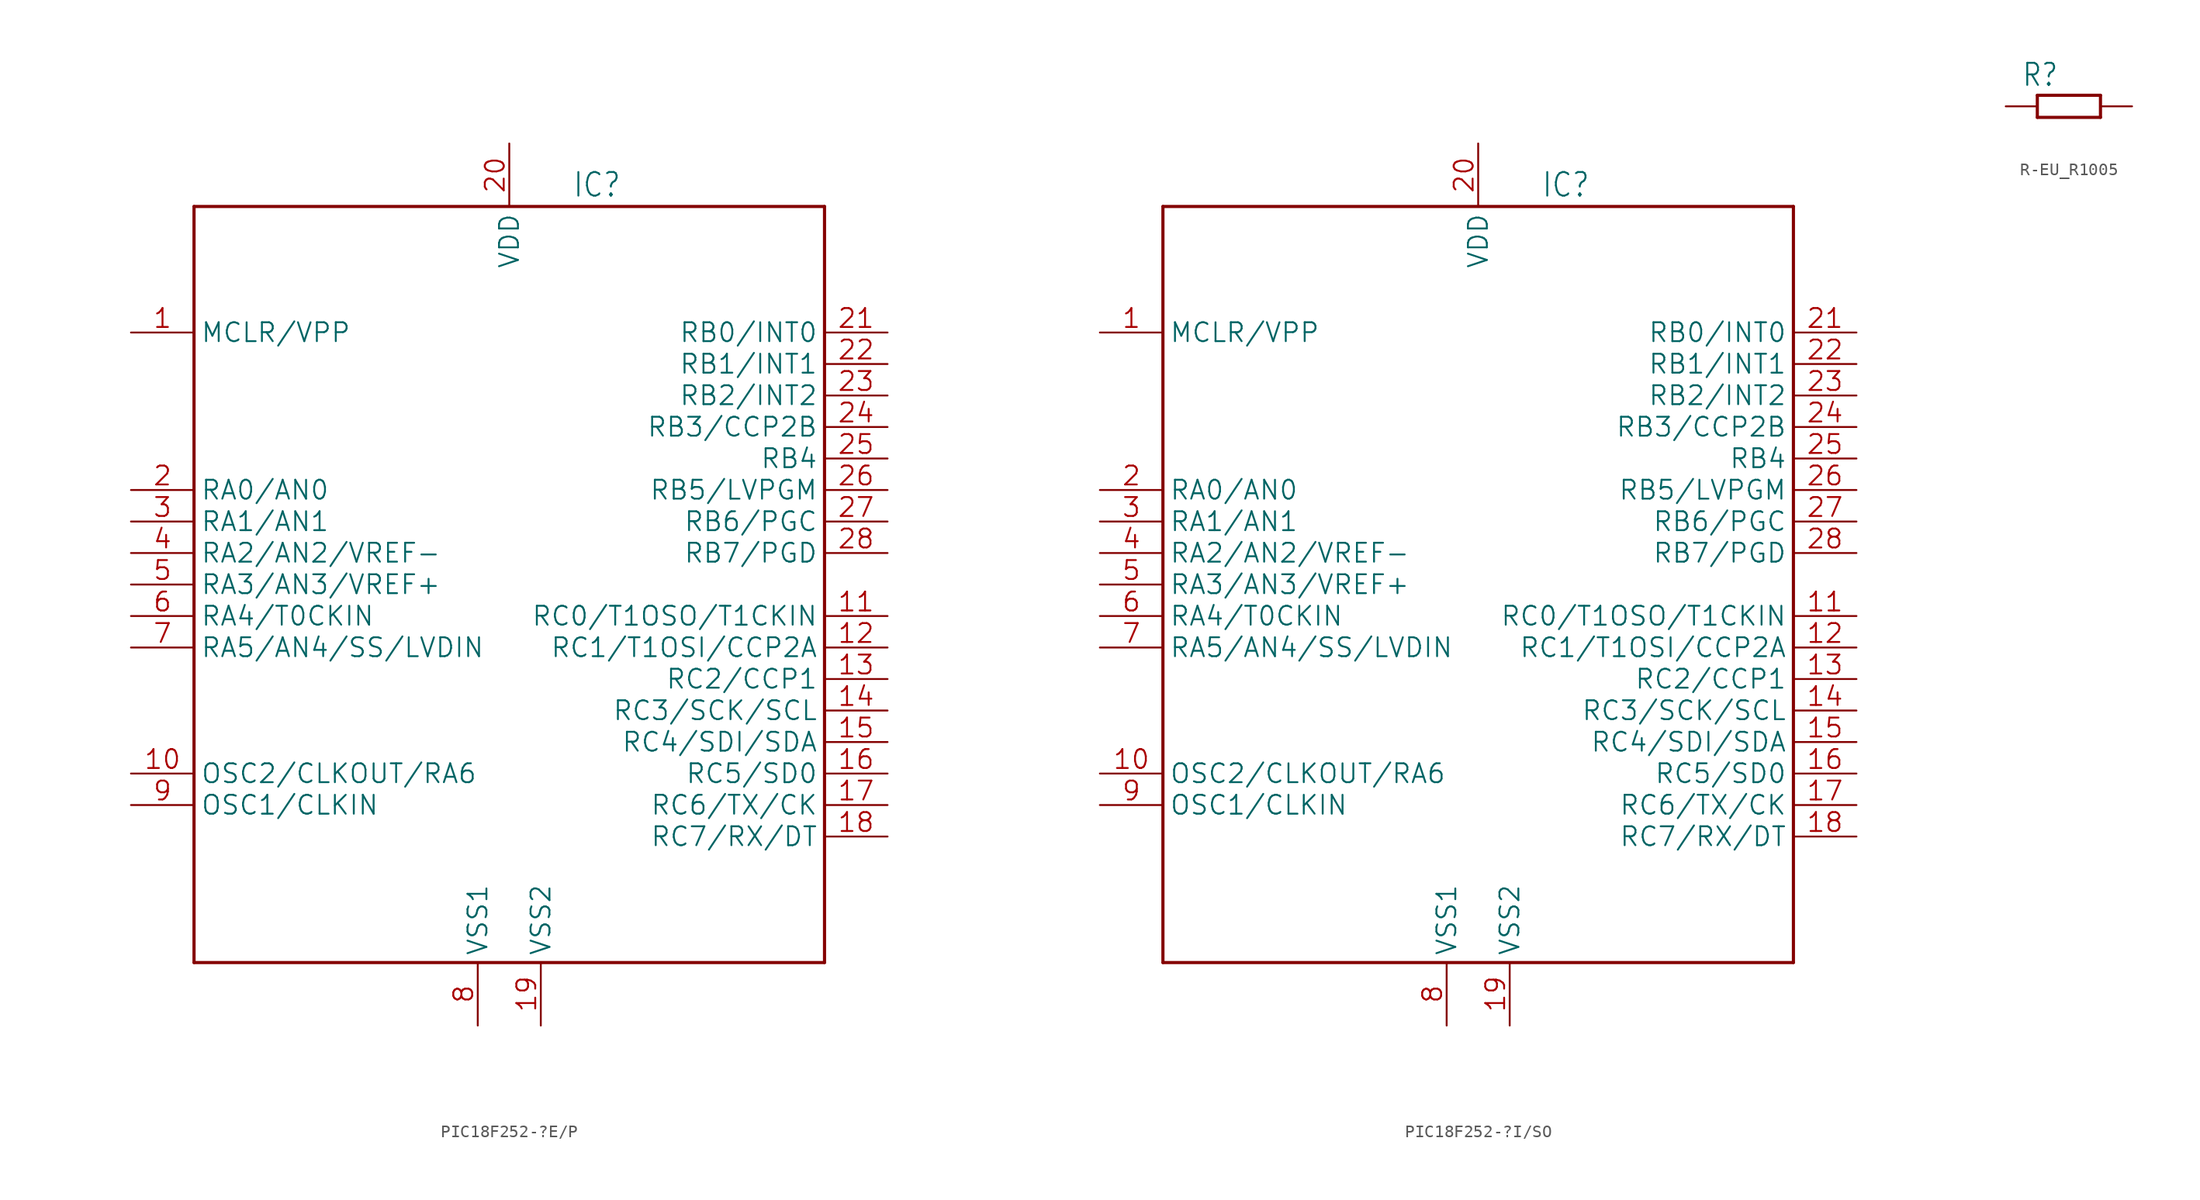
<source format=kicad_sym>
(kicad_symbol_lib
  (version 20241209)
  (generator "kicad_symbol_editor")
  (generator_version "9.0")
  (symbol "PIC18F252-?E/P"
    (property "Reference" "IC"
      (at 5.08 31.115 0)
      (effects (font (size 1.905 1.619)) (justify left bottom)))
    (property "Value" ""
      (at -24.765 27.94 0)
      (effects (font (size 1.905 1.619)) (justify left bottom)))
    (property "ki_locked" ""
      (at 0 0 0)
      (effects (font (size 1.27 1.27))))
    (symbol "PIC18F252-?E/P_1_0"
      (polyline (pts (xy -25.4 30.48) (xy 25.4 30.48)) (stroke (width 0.254) (type solid)) (fill (type none)))
      (polyline (pts (xy -25.4 -30.48) (xy -25.4 30.48)) (stroke (width 0.254) (type solid)) (fill (type none)))
      (polyline (pts (xy 25.4 30.48) (xy 25.4 -30.48)) (stroke (width 0.254) (type solid)) (fill (type none)))
      (polyline (pts (xy 25.4 -30.48) (xy -25.4 -30.48)) (stroke (width 0.254) (type solid)) (fill (type none)))
      (pin input line (at -30.48 20.32 0) (length 5.08) (name "MCLR/VPP" (effects (font (size 1.524 1.524)))) (number "1" (effects (font (size 1.524 1.524)))))
      (pin bidirectional line (at -30.48 7.62 0) (length 5.08) (name "RA0/AN0" (effects (font (size 1.524 1.524)))) (number "2" (effects (font (size 1.524 1.524)))))
      (pin bidirectional line (at -30.48 5.08 0) (length 5.08) (name "RA1/AN1" (effects (font (size 1.524 1.524)))) (number "3" (effects (font (size 1.524 1.524)))))
      (pin bidirectional line (at -30.48 2.54 0) (length 5.08) (name "RA2/AN2/VREF-" (effects (font (size 1.524 1.524)))) (number "4" (effects (font (size 1.524 1.524)))))
      (pin bidirectional line (at -30.48 0 0) (length 5.08) (name "RA3/AN3/VREF+" (effects (font (size 1.524 1.524)))) (number "5" (effects (font (size 1.524 1.524)))))
      (pin open_collector line (at -30.48 -2.54 0) (length 5.08) (name "RA4/T0CKIN" (effects (font (size 1.524 1.524)))) (number "6" (effects (font (size 1.524 1.524)))))
      (pin bidirectional line (at -30.48 -5.08 0) (length 5.08) (name "RA5/AN4/SS/LVDIN" (effects (font (size 1.524 1.524)))) (number "7" (effects (font (size 1.524 1.524)))))
      (pin output line (at -30.48 -15.24 0) (length 5.08) (name "OSC2/CLKOUT/RA6" (effects (font (size 1.524 1.524)))) (number "10" (effects (font (size 1.524 1.524)))))
      (pin input line (at -30.48 -17.78 0) (length 5.08) (name "OSC1/CLKIN" (effects (font (size 1.524 1.524)))) (number "9" (effects (font (size 1.524 1.524)))))
      (pin power_in line (at -2.54 -35.56 90) (length 5.08) (name "VSS1" (effects (font (size 1.524 1.524)))) (number "8" (effects (font (size 1.524 1.524)))))
      (pin power_in line (at 0 35.56 270) (length 5.08) (name "VDD" (effects (font (size 1.524 1.524)))) (number "20" (effects (font (size 1.524 1.524)))))
      (pin power_in line (at 2.54 -35.56 90) (length 5.08) (name "VSS2" (effects (font (size 1.524 1.524)))) (number "19" (effects (font (size 1.524 1.524)))))
      (pin bidirectional line (at 30.48 20.32 180) (length 5.08) (name "RB0/INT0" (effects (font (size 1.524 1.524)))) (number "21" (effects (font (size 1.524 1.524)))))
      (pin bidirectional line (at 30.48 17.78 180) (length 5.08) (name "RB1/INT1" (effects (font (size 1.524 1.524)))) (number "22" (effects (font (size 1.524 1.524)))))
      (pin bidirectional line (at 30.48 15.24 180) (length 5.08) (name "RB2/INT2" (effects (font (size 1.524 1.524)))) (number "23" (effects (font (size 1.524 1.524)))))
      (pin bidirectional line (at 30.48 12.7 180) (length 5.08) (name "RB3/CCP2B" (effects (font (size 1.524 1.524)))) (number "24" (effects (font (size 1.524 1.524)))))
      (pin bidirectional line (at 30.48 10.16 180) (length 5.08) (name "RB4" (effects (font (size 1.524 1.524)))) (number "25" (effects (font (size 1.524 1.524)))))
      (pin bidirectional line (at 30.48 7.62 180) (length 5.08) (name "RB5/LVPGM" (effects (font (size 1.524 1.524)))) (number "26" (effects (font (size 1.524 1.524)))))
      (pin bidirectional line (at 30.48 5.08 180) (length 5.08) (name "RB6/PGC" (effects (font (size 1.524 1.524)))) (number "27" (effects (font (size 1.524 1.524)))))
      (pin bidirectional line (at 30.48 2.54 180) (length 5.08) (name "RB7/PGD" (effects (font (size 1.524 1.524)))) (number "28" (effects (font (size 1.524 1.524)))))
      (pin bidirectional line (at 30.48 -2.54 180) (length 5.08) (name "RC0/T1OSO/T1CKIN" (effects (font (size 1.524 1.524)))) (number "11" (effects (font (size 1.524 1.524)))))
      (pin bidirectional line (at 30.48 -5.08 180) (length 5.08) (name "RC1/T1OSI/CCP2A" (effects (font (size 1.524 1.524)))) (number "12" (effects (font (size 1.524 1.524)))))
      (pin bidirectional line (at 30.48 -7.62 180) (length 5.08) (name "RC2/CCP1" (effects (font (size 1.524 1.524)))) (number "13" (effects (font (size 1.524 1.524)))))
      (pin bidirectional line (at 30.48 -10.16 180) (length 5.08) (name "RC3/SCK/SCL" (effects (font (size 1.524 1.524)))) (number "14" (effects (font (size 1.524 1.524)))))
      (pin bidirectional line (at 30.48 -12.7 180) (length 5.08) (name "RC4/SDI/SDA" (effects (font (size 1.524 1.524)))) (number "15" (effects (font (size 1.524 1.524)))))
      (pin bidirectional line (at 30.48 -15.24 180) (length 5.08) (name "RC5/SD0" (effects (font (size 1.524 1.524)))) (number "16" (effects (font (size 1.524 1.524)))))
      (pin bidirectional line (at 30.48 -17.78 180) (length 5.08) (name "RC6/TX/CK" (effects (font (size 1.524 1.524)))) (number "17" (effects (font (size 1.524 1.524)))))
      (pin bidirectional line (at 30.48 -20.32 180) (length 5.08) (name "RC7/RX/DT" (effects (font (size 1.524 1.524)))) (number "18" (effects (font (size 1.524 1.524)))))))
  (symbol "PIC18F252-?I/SO"
    (property "Reference" "IC"
      (at 5.08 31.115 0)
      (effects (font (size 1.905 1.619)) (justify left bottom)))
    (property "Value" ""
      (at -24.765 27.94 0)
      (effects (font (size 1.905 1.619)) (justify left bottom)))
    (property "ki_locked" ""
      (at 0 0 0)
      (effects (font (size 1.27 1.27))))
    (symbol "PIC18F252-?I/SO_1_0"
      (polyline (pts (xy -25.4 30.48) (xy 25.4 30.48)) (stroke (width 0.254) (type solid)) (fill (type none)))
      (polyline (pts (xy -25.4 -30.48) (xy -25.4 30.48)) (stroke (width 0.254) (type solid)) (fill (type none)))
      (polyline (pts (xy 25.4 30.48) (xy 25.4 -30.48)) (stroke (width 0.254) (type solid)) (fill (type none)))
      (polyline (pts (xy 25.4 -30.48) (xy -25.4 -30.48)) (stroke (width 0.254) (type solid)) (fill (type none)))
      (pin input line (at -30.48 20.32 0) (length 5.08) (name "MCLR/VPP" (effects (font (size 1.524 1.524)))) (number "1" (effects (font (size 1.524 1.524)))))
      (pin bidirectional line (at -30.48 7.62 0) (length 5.08) (name "RA0/AN0" (effects (font (size 1.524 1.524)))) (number "2" (effects (font (size 1.524 1.524)))))
      (pin bidirectional line (at -30.48 5.08 0) (length 5.08) (name "RA1/AN1" (effects (font (size 1.524 1.524)))) (number "3" (effects (font (size 1.524 1.524)))))
      (pin bidirectional line (at -30.48 2.54 0) (length 5.08) (name "RA2/AN2/VREF-" (effects (font (size 1.524 1.524)))) (number "4" (effects (font (size 1.524 1.524)))))
      (pin bidirectional line (at -30.48 0 0) (length 5.08) (name "RA3/AN3/VREF+" (effects (font (size 1.524 1.524)))) (number "5" (effects (font (size 1.524 1.524)))))
      (pin open_collector line (at -30.48 -2.54 0) (length 5.08) (name "RA4/T0CKIN" (effects (font (size 1.524 1.524)))) (number "6" (effects (font (size 1.524 1.524)))))
      (pin bidirectional line (at -30.48 -5.08 0) (length 5.08) (name "RA5/AN4/SS/LVDIN" (effects (font (size 1.524 1.524)))) (number "7" (effects (font (size 1.524 1.524)))))
      (pin output line (at -30.48 -15.24 0) (length 5.08) (name "OSC2/CLKOUT/RA6" (effects (font (size 1.524 1.524)))) (number "10" (effects (font (size 1.524 1.524)))))
      (pin input line (at -30.48 -17.78 0) (length 5.08) (name "OSC1/CLKIN" (effects (font (size 1.524 1.524)))) (number "9" (effects (font (size 1.524 1.524)))))
      (pin power_in line (at -2.54 -35.56 90) (length 5.08) (name "VSS1" (effects (font (size 1.524 1.524)))) (number "8" (effects (font (size 1.524 1.524)))))
      (pin power_in line (at 0 35.56 270) (length 5.08) (name "VDD" (effects (font (size 1.524 1.524)))) (number "20" (effects (font (size 1.524 1.524)))))
      (pin power_in line (at 2.54 -35.56 90) (length 5.08) (name "VSS2" (effects (font (size 1.524 1.524)))) (number "19" (effects (font (size 1.524 1.524)))))
      (pin bidirectional line (at 30.48 20.32 180) (length 5.08) (name "RB0/INT0" (effects (font (size 1.524 1.524)))) (number "21" (effects (font (size 1.524 1.524)))))
      (pin bidirectional line (at 30.48 17.78 180) (length 5.08) (name "RB1/INT1" (effects (font (size 1.524 1.524)))) (number "22" (effects (font (size 1.524 1.524)))))
      (pin bidirectional line (at 30.48 15.24 180) (length 5.08) (name "RB2/INT2" (effects (font (size 1.524 1.524)))) (number "23" (effects (font (size 1.524 1.524)))))
      (pin bidirectional line (at 30.48 12.7 180) (length 5.08) (name "RB3/CCP2B" (effects (font (size 1.524 1.524)))) (number "24" (effects (font (size 1.524 1.524)))))
      (pin bidirectional line (at 30.48 10.16 180) (length 5.08) (name "RB4" (effects (font (size 1.524 1.524)))) (number "25" (effects (font (size 1.524 1.524)))))
      (pin bidirectional line (at 30.48 7.62 180) (length 5.08) (name "RB5/LVPGM" (effects (font (size 1.524 1.524)))) (number "26" (effects (font (size 1.524 1.524)))))
      (pin bidirectional line (at 30.48 5.08 180) (length 5.08) (name "RB6/PGC" (effects (font (size 1.524 1.524)))) (number "27" (effects (font (size 1.524 1.524)))))
      (pin bidirectional line (at 30.48 2.54 180) (length 5.08) (name "RB7/PGD" (effects (font (size 1.524 1.524)))) (number "28" (effects (font (size 1.524 1.524)))))
      (pin bidirectional line (at 30.48 -2.54 180) (length 5.08) (name "RC0/T1OSO/T1CKIN" (effects (font (size 1.524 1.524)))) (number "11" (effects (font (size 1.524 1.524)))))
      (pin bidirectional line (at 30.48 -5.08 180) (length 5.08) (name "RC1/T1OSI/CCP2A" (effects (font (size 1.524 1.524)))) (number "12" (effects (font (size 1.524 1.524)))))
      (pin bidirectional line (at 30.48 -7.62 180) (length 5.08) (name "RC2/CCP1" (effects (font (size 1.524 1.524)))) (number "13" (effects (font (size 1.524 1.524)))))
      (pin bidirectional line (at 30.48 -10.16 180) (length 5.08) (name "RC3/SCK/SCL" (effects (font (size 1.524 1.524)))) (number "14" (effects (font (size 1.524 1.524)))))
      (pin bidirectional line (at 30.48 -12.7 180) (length 5.08) (name "RC4/SDI/SDA" (effects (font (size 1.524 1.524)))) (number "15" (effects (font (size 1.524 1.524)))))
      (pin bidirectional line (at 30.48 -15.24 180) (length 5.08) (name "RC5/SD0" (effects (font (size 1.524 1.524)))) (number "16" (effects (font (size 1.524 1.524)))))
      (pin bidirectional line (at 30.48 -17.78 180) (length 5.08) (name "RC6/TX/CK" (effects (font (size 1.524 1.524)))) (number "17" (effects (font (size 1.524 1.524)))))
      (pin bidirectional line (at 30.48 -20.32 180) (length 5.08) (name "RC7/RX/DT" (effects (font (size 1.524 1.524)))) (number "18" (effects (font (size 1.524 1.524)))))))
  (symbol "R-EU_R1005"
    (property "Reference" "R"
      (at -3.81 1.499 0)
      (effects (font (size 1.778 1.511)) (justify left bottom)))
    (property "Value" ""
      (at -3.81 -3.302 0)
      (effects (font (size 1.778 1.511)) (justify left bottom)))
    (property "ki_locked" ""
      (at 0 0 0)
      (effects (font (size 1.27 1.27))))
    (symbol "R-EU_R1005_1_0"
      (polyline (pts (xy -2.54 -0.889) (xy -2.54 0.889)) (stroke (width 0.254) (type solid)) (fill (type none)))
      (polyline (pts (xy -2.54 -0.889) (xy 2.54 -0.889)) (stroke (width 0.254) (type solid)) (fill (type none)))
      (polyline (pts (xy 2.54 0.889) (xy -2.54 0.889)) (stroke (width 0.254) (type solid)) (fill (type none)))
      (polyline (pts (xy 2.54 -0.889) (xy 2.54 0.889)) (stroke (width 0.254) (type solid)) (fill (type none)))
      (pin passive line (at -5.08 0 0) (length 2.54) (name "1" (effects (font (size 0 0)))) (number "1" (effects (font (size 0 0)))))
      (pin passive line (at 5.08 0 180) (length 2.54) (name "2" (effects (font (size 0 0)))) (number "2" (effects (font (size 0 0))))))))
</source>
